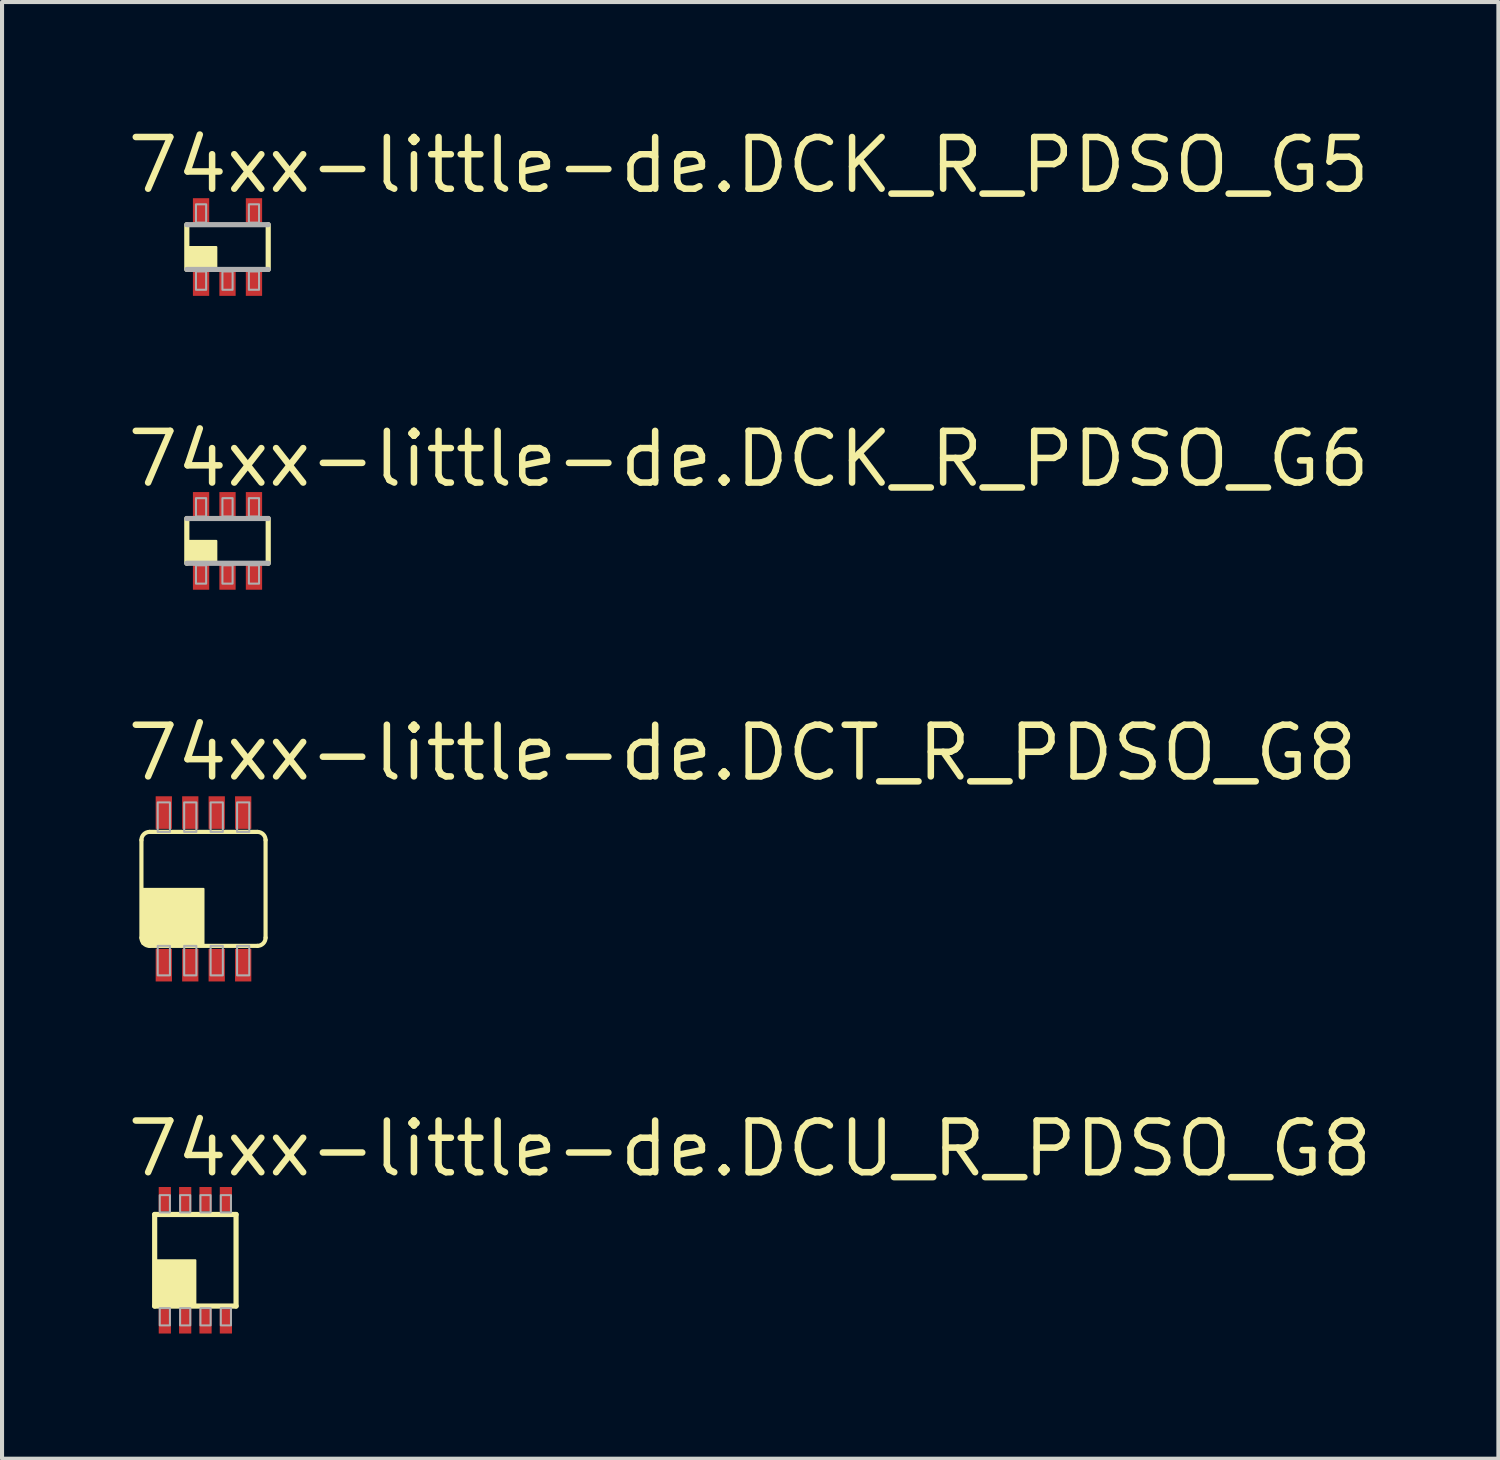
<source format=kicad_pcb>
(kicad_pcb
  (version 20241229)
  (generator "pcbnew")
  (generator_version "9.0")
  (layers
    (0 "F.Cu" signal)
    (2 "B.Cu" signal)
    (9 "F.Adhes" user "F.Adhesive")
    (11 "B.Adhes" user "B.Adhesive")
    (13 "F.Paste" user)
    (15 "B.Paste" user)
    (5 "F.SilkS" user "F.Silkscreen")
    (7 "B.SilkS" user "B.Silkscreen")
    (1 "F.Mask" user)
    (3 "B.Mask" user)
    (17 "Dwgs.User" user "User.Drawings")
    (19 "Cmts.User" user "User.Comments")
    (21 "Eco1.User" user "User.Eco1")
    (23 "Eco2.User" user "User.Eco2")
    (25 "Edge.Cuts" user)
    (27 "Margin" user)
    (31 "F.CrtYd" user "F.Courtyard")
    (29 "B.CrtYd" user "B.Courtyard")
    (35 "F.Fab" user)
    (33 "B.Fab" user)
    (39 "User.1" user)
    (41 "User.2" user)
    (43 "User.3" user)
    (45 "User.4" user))
  (footprint "74xx-little-de.DCT_R_PDSO_G8"
    (layer "F.Cu")
    (at 1.95 18.79)
    (property "Reference" "74xx-little-de.DCT_R_PDSO_G8" (at -1.95 -2.6 0) (layer "F.SilkS") (effects (font (size 1.27 1.27) (thickness 0.16)) (justify left bottom)))
    (attr smd)
    (fp_rect (start -1.225 -1.425) (end -0.725 -2.35) (stroke (width 0.05) (type default)) (fill yes) (layer "F.Mask"))
    (fp_rect (start -1.225 2.35) (end -0.725 1.425) (stroke (width 0.05) (type default)) (fill yes) (layer "F.Mask"))
    (fp_rect (start -0.575 -1.425) (end -0.075 -2.35) (stroke (width 0.05) (type default)) (fill yes) (layer "F.Mask"))
    (fp_rect (start -0.575 2.35) (end -0.075 1.425) (stroke (width 0.05) (type default)) (fill yes) (layer "F.Mask"))
    (fp_rect (start 0.075 -1.425) (end 0.575 -2.35) (stroke (width 0.05) (type default)) (fill yes) (layer "F.Mask"))
    (fp_rect (start 0.075 2.35) (end 0.575 1.425) (stroke (width 0.05) (type default)) (fill yes) (layer "F.Mask"))
    (fp_rect (start 0.725 -1.425) (end 1.225 -2.35) (stroke (width 0.05) (type default)) (fill yes) (layer "F.Mask"))
    (fp_rect (start 0.725 2.35) (end 1.225 1.425) (stroke (width 0.05) (type default)) (fill yes) (layer "F.Mask"))
    (fp_line (start -1.525 1.2) (end -1.525 -1.2) (stroke (width 0.102) (type default)) (layer "F.SilkS"))
    (fp_line (start -1.325 -1.4) (end 1.325 -1.4) (stroke (width 0.102) (type default)) (layer "F.SilkS"))
    (fp_line (start 1.325 1.4) (end -1.325 1.4) (stroke (width 0.102) (type default)) (layer "F.SilkS"))
    (fp_line (start 1.525 -1.2) (end 1.525 1.2) (stroke (width 0.102) (type default)) (layer "F.SilkS"))
    (fp_rect (start -1.5 1.35) (end 0 0) (stroke (width 0.05) (type default)) (fill yes) (layer "F.SilkS"))
    (fp_arc (start -1.525 -1.2) (mid -1.466421 -1.341421) (end -1.325 -1.4) (stroke (width 0.1016) (type default)) (layer "F.SilkS"))
    (fp_arc (start -1.325 1.4) (mid -1.466421 1.341421) (end -1.525 1.2) (stroke (width 0.1016) (type default)) (layer "F.SilkS"))
    (fp_arc (start 1.325 -1.4) (mid 1.466421 -1.341421) (end 1.525 -1.2) (stroke (width 0.1016) (type default)) (layer "F.SilkS"))
    (fp_arc (start 1.525 1.2) (mid 1.466421 1.341421) (end 1.325 1.4) (stroke (width 0.1016) (type default)) (layer "F.SilkS"))
    (fp_rect (start -1.125 -1.4) (end -0.825 -2.125) (stroke (width 0.05) (type default)) (fill no) (layer "F.Fab"))
    (fp_rect (start -1.125 2.125) (end -0.825 1.4) (stroke (width 0.05) (type default)) (fill no) (layer "F.Fab"))
    (fp_rect (start -0.475 -1.4) (end -0.175 -2.125) (stroke (width 0.05) (type default)) (fill no) (layer "F.Fab"))
    (fp_rect (start -0.475 2.125) (end -0.175 1.4) (stroke (width 0.05) (type default)) (fill no) (layer "F.Fab"))
    (fp_rect (start 0.175 -1.4) (end 0.475 -2.125) (stroke (width 0.05) (type default)) (fill no) (layer "F.Fab"))
    (fp_rect (start 0.175 2.125) (end 0.475 1.4) (stroke (width 0.05) (type default)) (fill no) (layer "F.Fab"))
    (fp_rect (start 0.825 -1.4) (end 1.125 -2.125) (stroke (width 0.05) (type default)) (fill no) (layer "F.Fab"))
    (fp_rect (start 0.825 2.125) (end 1.125 1.4) (stroke (width 0.05) (type default)) (fill no) (layer "F.Fab"))
    (pad "1" smd roundrect (at -0.975 1.875) (size 0.4 0.8) (layers "F.Cu" "F.Mask" "F.Paste") (roundrect_rratio 0.01))
    (pad "2" smd roundrect (at -0.325 1.875) (size 0.4 0.8) (layers "F.Cu" "F.Mask" "F.Paste") (roundrect_rratio 0.01))
    (pad "3" smd roundrect (at 0.325 1.875) (size 0.4 0.8) (layers "F.Cu" "F.Mask" "F.Paste") (roundrect_rratio 0.01))
    (pad "4" smd roundrect (at 0.975 1.875) (size 0.4 0.8) (layers "F.Cu" "F.Mask" "F.Paste") (roundrect_rratio 0.01))
    (pad "5" smd roundrect (at 0.975 -1.875 180) (size 0.4 0.8) (layers "F.Cu" "F.Mask" "F.Paste") (roundrect_rratio 0.01))
    (pad "6" smd roundrect (at 0.325 -1.875 180) (size 0.4 0.8) (layers "F.Cu" "F.Mask" "F.Paste") (roundrect_rratio 0.01))
    (pad "7" smd roundrect (at -0.325 -1.875 180) (size 0.4 0.8) (layers "F.Cu" "F.Mask" "F.Paste") (roundrect_rratio 0.01))
    (pad "8" smd roundrect (at -0.975 -1.875 180) (size 0.4 0.8) (layers "F.Cu" "F.Mask" "F.Paste") (roundrect_rratio 0.01)))
  (footprint "74xx-little-de.DCK_R_PDSO_G6"
    (layer "F.Cu")
    (at 2.54 10.24)
    (property "Reference" "74xx-little-de.DCK_R_PDSO_G6" (at -2.54 -1.27 0) (layer "F.SilkS") (effects (font (size 1.27 1.27) (thickness 0.16)) (justify left bottom)))
    (attr smd)
    (fp_line (start -1 -0.55) (end -1 0.55) (stroke (width 0.127) (type default)) (layer "F.SilkS"))
    (fp_line (start 1 0.55) (end 1 -0.55) (stroke (width 0.127) (type default)) (layer "F.SilkS"))
    (fp_rect (start -0.95 0.5) (end -0.275 0) (stroke (width 0.05) (type default)) (fill yes) (layer "F.SilkS"))
    (fp_line (start -1 0.55) (end 1 0.55) (stroke (width 0.127) (type default)) (layer "F.Fab"))
    (fp_line (start 1 -0.55) (end -1 -0.55) (stroke (width 0.127) (type default)) (layer "F.Fab"))
    (fp_rect (start -0.775 -0.6) (end -0.525 -1.05) (stroke (width 0.05) (type default)) (fill no) (layer "F.Fab"))
    (fp_rect (start -0.775 1.05) (end -0.525 0.6) (stroke (width 0.05) (type default)) (fill no) (layer "F.Fab"))
    (fp_rect (start -0.125 -0.6) (end 0.125 -1.05) (stroke (width 0.05) (type default)) (fill no) (layer "F.Fab"))
    (fp_rect (start -0.125 1.05) (end 0.125 0.6) (stroke (width 0.05) (type default)) (fill no) (layer "F.Fab"))
    (fp_rect (start 0.525 -0.6) (end 0.775 -1.05) (stroke (width 0.05) (type default)) (fill no) (layer "F.Fab"))
    (fp_rect (start 0.525 1.05) (end 0.775 0.6) (stroke (width 0.05) (type default)) (fill no) (layer "F.Fab"))
    (pad "1" smd roundrect (at -0.65 0.85) (size 0.4 0.7) (layers "F.Cu" "F.Mask" "F.Paste") (roundrect_rratio 0.01))
    (pad "2" smd roundrect (at 0 0.85) (size 0.4 0.7) (layers "F.Cu" "F.Mask" "F.Paste") (roundrect_rratio 0.01))
    (pad "3" smd roundrect (at 0.65 0.85) (size 0.4 0.7) (layers "F.Cu" "F.Mask" "F.Paste") (roundrect_rratio 0.01))
    (pad "4" smd roundrect (at 0.65 -0.85) (size 0.4 0.7) (layers "F.Cu" "F.Mask" "F.Paste") (roundrect_rratio 0.01))
    (pad "5" smd roundrect (at 0 -0.85) (size 0.4 0.7) (layers "F.Cu" "F.Mask" "F.Paste") (roundrect_rratio 0.01))
    (pad "6" smd roundrect (at -0.65 -0.85) (size 0.4 0.7) (layers "F.Cu" "F.Mask" "F.Paste") (roundrect_rratio 0.01)))
  (footprint "74xx-little-de.DCK_R_PDSO_G5"
    (layer "F.Cu")
    (at 2.54 3.02)
    (property "Reference" "74xx-little-de.DCK_R_PDSO_G5" (at -2.54 -1.27 0) (layer "F.SilkS") (effects (font (size 1.27 1.27) (thickness 0.16)) (justify left bottom)))
    (attr smd)
    (fp_line (start -1 -0.55) (end -1 0.55) (stroke (width 0.127) (type default)) (layer "F.SilkS"))
    (fp_line (start 1 0.55) (end 1 -0.55) (stroke (width 0.127) (type default)) (layer "F.SilkS"))
    (fp_rect (start -0.95 0.5) (end -0.275 0) (stroke (width 0.05) (type default)) (fill yes) (layer "F.SilkS"))
    (fp_line (start -1 0.55) (end 1 0.55) (stroke (width 0.127) (type default)) (layer "F.Fab"))
    (fp_line (start 1 -0.55) (end -1 -0.55) (stroke (width 0.127) (type default)) (layer "F.Fab"))
    (fp_rect (start -0.775 -0.6) (end -0.525 -1.05) (stroke (width 0.05) (type default)) (fill no) (layer "F.Fab"))
    (fp_rect (start -0.775 1.05) (end -0.525 0.6) (stroke (width 0.05) (type default)) (fill no) (layer "F.Fab"))
    (fp_rect (start -0.125 1.05) (end 0.125 0.6) (stroke (width 0.05) (type default)) (fill no) (layer "F.Fab"))
    (fp_rect (start 0.525 -0.6) (end 0.775 -1.05) (stroke (width 0.05) (type default)) (fill no) (layer "F.Fab"))
    (fp_rect (start 0.525 1.05) (end 0.775 0.6) (stroke (width 0.05) (type default)) (fill no) (layer "F.Fab"))
    (pad "1" smd roundrect (at -0.65 0.85) (size 0.4 0.7) (layers "F.Cu" "F.Mask" "F.Paste") (roundrect_rratio 0.01))
    (pad "2" smd roundrect (at 0 0.85) (size 0.4 0.7) (layers "F.Cu" "F.Mask" "F.Paste") (roundrect_rratio 0.01))
    (pad "3" smd roundrect (at 0.65 0.85) (size 0.4 0.7) (layers "F.Cu" "F.Mask" "F.Paste") (roundrect_rratio 0.01))
    (pad "4" smd roundrect (at 0.65 -0.85) (size 0.4 0.7) (layers "F.Cu" "F.Mask" "F.Paste") (roundrect_rratio 0.01))
    (pad "5" smd roundrect (at -0.65 -0.85) (size 0.4 0.7) (layers "F.Cu" "F.Mask" "F.Paste") (roundrect_rratio 0.01)))
  (footprint "74xx-little-de.DCU_R_PDSO_G8"
    (layer "F.Cu")
    (at 1.75 27.915)
    (property "Reference" "74xx-little-de.DCU_R_PDSO_G8" (at -1.75 -2 0) (layer "F.SilkS") (effects (font (size 1.27 1.27) (thickness 0.16)) (justify left bottom)))
    (attr smd)
    (fp_rect (start -0.95 -1.15) (end -0.55 -1.85) (stroke (width 0.05) (type default)) (fill yes) (layer "F.Mask"))
    (fp_rect (start -0.95 1.85) (end -0.55 1.15) (stroke (width 0.05) (type default)) (fill yes) (layer "F.Mask"))
    (fp_rect (start -0.45 -1.15) (end -0.05 -1.85) (stroke (width 0.05) (type default)) (fill yes) (layer "F.Mask"))
    (fp_rect (start -0.45 1.85) (end -0.05 1.15) (stroke (width 0.05) (type default)) (fill yes) (layer "F.Mask"))
    (fp_rect (start 0.05 -1.15) (end 0.45 -1.85) (stroke (width 0.05) (type default)) (fill yes) (layer "F.Mask"))
    (fp_rect (start 0.05 1.85) (end 0.45 1.15) (stroke (width 0.05) (type default)) (fill yes) (layer "F.Mask"))
    (fp_rect (start 0.55 -1.15) (end 0.95 -1.85) (stroke (width 0.05) (type default)) (fill yes) (layer "F.Mask"))
    (fp_rect (start 0.55 1.85) (end 0.95 1.15) (stroke (width 0.05) (type default)) (fill yes) (layer "F.Mask"))
    (fp_line (start -1 -1.125) (end -1 1.125) (stroke (width 0.127) (type default)) (layer "F.SilkS"))
    (fp_line (start -1 1.125) (end 1 1.125) (stroke (width 0.127) (type default)) (layer "F.SilkS"))
    (fp_line (start 1 -1.125) (end -1 -1.125) (stroke (width 0.127) (type default)) (layer "F.SilkS"))
    (fp_line (start 1 1.125) (end 1 -1.125) (stroke (width 0.127) (type default)) (layer "F.SilkS"))
    (fp_rect (start -0.95 1.075) (end 0 0) (stroke (width 0.05) (type default)) (fill yes) (layer "F.SilkS"))
    (fp_rect (start -0.875 -1.175) (end -0.625 -1.6) (stroke (width 0.05) (type default)) (fill no) (layer "F.Fab"))
    (fp_rect (start -0.875 1.6) (end -0.625 1.175) (stroke (width 0.05) (type default)) (fill no) (layer "F.Fab"))
    (fp_rect (start -0.375 -1.175) (end -0.125 -1.6) (stroke (width 0.05) (type default)) (fill no) (layer "F.Fab"))
    (fp_rect (start -0.375 1.6) (end -0.125 1.175) (stroke (width 0.05) (type default)) (fill no) (layer "F.Fab"))
    (fp_rect (start 0.125 -1.175) (end 0.375 -1.6) (stroke (width 0.05) (type default)) (fill no) (layer "F.Fab"))
    (fp_rect (start 0.125 1.6) (end 0.375 1.175) (stroke (width 0.05) (type default)) (fill no) (layer "F.Fab"))
    (fp_rect (start 0.625 -1.175) (end 0.875 -1.6) (stroke (width 0.05) (type default)) (fill no) (layer "F.Fab"))
    (fp_rect (start 0.625 1.6) (end 0.875 1.175) (stroke (width 0.05) (type default)) (fill no) (layer "F.Fab"))
    (pad "1" smd roundrect (at -0.75 1.5) (size 0.3 0.6) (layers "F.Cu" "F.Mask" "F.Paste") (roundrect_rratio 0.01))
    (pad "2" smd roundrect (at -0.25 1.5) (size 0.3 0.6) (layers "F.Cu" "F.Mask" "F.Paste") (roundrect_rratio 0.01))
    (pad "3" smd roundrect (at 0.25 1.5) (size 0.3 0.6) (layers "F.Cu" "F.Mask" "F.Paste") (roundrect_rratio 0.01))
    (pad "4" smd roundrect (at 0.75 1.5) (size 0.3 0.6) (layers "F.Cu" "F.Mask" "F.Paste") (roundrect_rratio 0.01))
    (pad "5" smd roundrect (at 0.75 -1.5) (size 0.3 0.6) (layers "F.Cu" "F.Mask" "F.Paste") (roundrect_rratio 0.01))
    (pad "6" smd roundrect (at 0.25 -1.5) (size 0.3 0.6) (layers "F.Cu" "F.Mask" "F.Paste") (roundrect_rratio 0.01))
    (pad "7" smd roundrect (at -0.25 -1.5) (size 0.3 0.6) (layers "F.Cu" "F.Mask" "F.Paste") (roundrect_rratio 0.01))
    (pad "8" smd roundrect (at -0.75 -1.5) (size 0.3 0.6) (layers "F.Cu" "F.Mask" "F.Paste") (roundrect_rratio 0.01)))
  (gr_rect
    (start -3 -3)
    (end 33.766 32.79)
    (stroke (width 0.1) (type default))
    (fill no)
    (layer "Edge.Cuts")))
</source>
